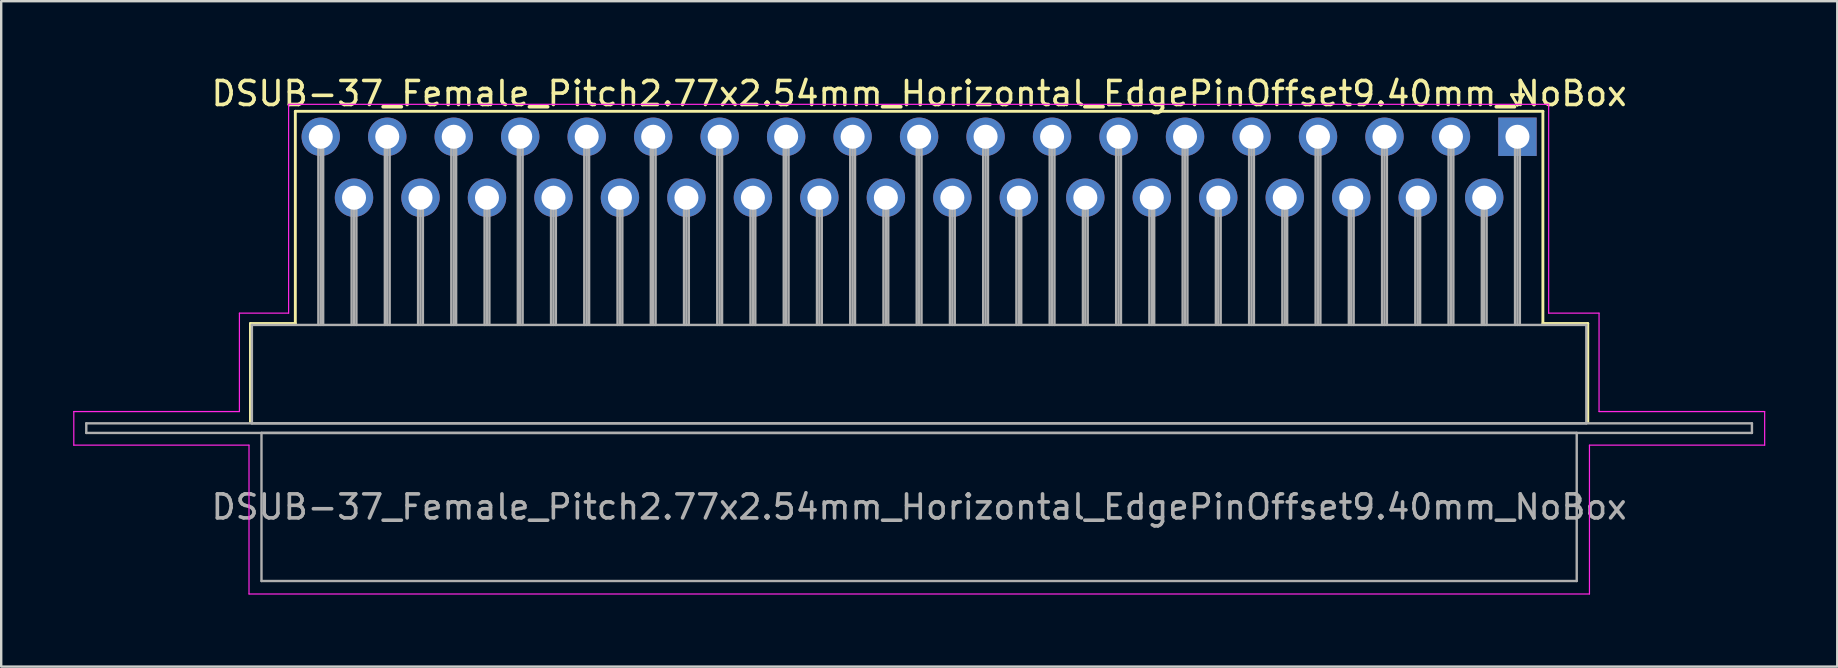
<source format=kicad_pcb>
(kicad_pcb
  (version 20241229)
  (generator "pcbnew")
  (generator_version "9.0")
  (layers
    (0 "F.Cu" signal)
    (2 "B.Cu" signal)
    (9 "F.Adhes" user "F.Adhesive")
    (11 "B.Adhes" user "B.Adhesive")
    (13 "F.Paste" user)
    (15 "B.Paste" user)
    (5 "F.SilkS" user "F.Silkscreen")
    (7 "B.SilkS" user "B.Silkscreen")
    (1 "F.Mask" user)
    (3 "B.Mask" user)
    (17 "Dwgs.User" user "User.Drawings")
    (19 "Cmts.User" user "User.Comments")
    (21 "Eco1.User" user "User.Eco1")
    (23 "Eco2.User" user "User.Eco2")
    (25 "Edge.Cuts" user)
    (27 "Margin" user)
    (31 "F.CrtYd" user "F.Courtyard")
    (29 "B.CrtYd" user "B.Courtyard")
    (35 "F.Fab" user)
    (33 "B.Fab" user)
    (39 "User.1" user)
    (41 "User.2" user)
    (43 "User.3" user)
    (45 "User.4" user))
  (footprint "DSUB-37_Female_Pitch2.77x2.54mm_Horizontal_EdgePinOffset9.40mm_NoBox"
    (layer "F.Cu")
    (at 60.175 2.648)
    (property "Reference" "DSUB-37_Female_Pitch2.77x2.54mm_Horizontal_EdgePinOffset9.40mm_NoBox" (at -24.93 -1.8 0) (layer "F.SilkS") (effects (font (size 1 1) (thickness 0.15))))
    (attr through_hole)
    (fp_line (start -52.79 7.78) (end -50.92 7.78) (stroke (width 0.12) (type solid)) (layer "F.SilkS"))
    (fp_line (start -52.79 11.88) (end -52.79 7.78) (stroke (width 0.12) (type solid)) (layer "F.SilkS"))
    (fp_line (start -50.92 -1.06) (end 1.06 -1.06) (stroke (width 0.12) (type solid)) (layer "F.SilkS"))
    (fp_line (start -50.92 7.78) (end -50.92 -1.06) (stroke (width 0.12) (type solid)) (layer "F.SilkS"))
    (fp_line (start -0.25 -1.754) (end 0.25 -1.754) (stroke (width 0.12) (type solid)) (layer "F.SilkS"))
    (fp_line (start 0 -1.321) (end -0.25 -1.754) (stroke (width 0.12) (type solid)) (layer "F.SilkS"))
    (fp_line (start 0.25 -1.754) (end 0 -1.321) (stroke (width 0.12) (type solid)) (layer "F.SilkS"))
    (fp_line (start 1.06 -1.06) (end 1.06 7.78) (stroke (width 0.12) (type solid)) (layer "F.SilkS"))
    (fp_line (start 1.06 7.78) (end 2.93 7.78) (stroke (width 0.12) (type solid)) (layer "F.SilkS"))
    (fp_line (start 2.93 7.78) (end 2.93 11.88) (stroke (width 0.12) (type solid)) (layer "F.SilkS"))
    (fp_line (start -60.15 11.45) (end -53.25 11.45) (stroke (width 0.05) (type solid)) (layer "F.CrtYd"))
    (fp_line (start -60.15 12.85) (end -60.15 11.45) (stroke (width 0.05) (type solid)) (layer "F.CrtYd"))
    (fp_line (start -53.25 7.35) (end -51.2 7.35) (stroke (width 0.05) (type solid)) (layer "F.CrtYd"))
    (fp_line (start -53.25 11.45) (end -53.25 7.35) (stroke (width 0.05) (type solid)) (layer "F.CrtYd"))
    (fp_line (start -52.85 12.85) (end -60.15 12.85) (stroke (width 0.05) (type solid)) (layer "F.CrtYd"))
    (fp_line (start -52.85 19.05) (end -52.85 12.85) (stroke (width 0.05) (type solid)) (layer "F.CrtYd"))
    (fp_line (start -51.2 -1.35) (end 1.3 -1.35) (stroke (width 0.05) (type solid)) (layer "F.CrtYd"))
    (fp_line (start -51.2 7.35) (end -51.2 -1.35) (stroke (width 0.05) (type solid)) (layer "F.CrtYd"))
    (fp_line (start 1.3 -1.35) (end 1.3 7.35) (stroke (width 0.05) (type solid)) (layer "F.CrtYd"))
    (fp_line (start 1.3 7.35) (end 3.4 7.35) (stroke (width 0.05) (type solid)) (layer "F.CrtYd"))
    (fp_line (start 3 12.85) (end 3 19.05) (stroke (width 0.05) (type solid)) (layer "F.CrtYd"))
    (fp_line (start 3 19.05) (end -52.85 19.05) (stroke (width 0.05) (type solid)) (layer "F.CrtYd"))
    (fp_line (start 3.4 7.35) (end 3.4 11.45) (stroke (width 0.05) (type solid)) (layer "F.CrtYd"))
    (fp_line (start 3.4 11.45) (end 10.3 11.45) (stroke (width 0.05) (type solid)) (layer "F.CrtYd"))
    (fp_line (start 10.3 11.45) (end 10.3 12.85) (stroke (width 0.05) (type solid)) (layer "F.CrtYd"))
    (fp_line (start 10.3 12.85) (end 3 12.85) (stroke (width 0.05) (type solid)) (layer "F.CrtYd"))
    (fp_line (start -59.63 11.94) (end -59.63 12.34) (stroke (width 0.1) (type solid)) (layer "F.Fab"))
    (fp_line (start -59.63 12.34) (end 9.77 12.34) (stroke (width 0.1) (type solid)) (layer "F.Fab"))
    (fp_line (start -52.73 7.84) (end -52.73 11.94) (stroke (width 0.1) (type solid)) (layer "F.Fab"))
    (fp_line (start -52.73 11.94) (end 2.87 11.94) (stroke (width 0.1) (type solid)) (layer "F.Fab"))
    (fp_line (start -52.33 12.34) (end -52.33 18.51) (stroke (width 0.1) (type solid)) (layer "F.Fab"))
    (fp_line (start -52.33 18.51) (end 2.47 18.51) (stroke (width 0.1) (type solid)) (layer "F.Fab"))
    (fp_line (start -49.96 0) (end -49.96 7.84) (stroke (width 0.1) (type solid)) (layer "F.Fab"))
    (fp_line (start -49.86 0) (end -49.86 7.84) (stroke (width 0.1) (type solid)) (layer "F.Fab"))
    (fp_line (start -49.76 0) (end -49.76 7.84) (stroke (width 0.1) (type solid)) (layer "F.Fab"))
    (fp_line (start -48.575 2.54) (end -48.575 7.84) (stroke (width 0.1) (type solid)) (layer "F.Fab"))
    (fp_line (start -48.475 2.54) (end -48.475 7.84) (stroke (width 0.1) (type solid)) (layer "F.Fab"))
    (fp_line (start -48.375 2.54) (end -48.375 7.84) (stroke (width 0.1) (type solid)) (layer "F.Fab"))
    (fp_line (start -47.19 0) (end -47.19 7.84) (stroke (width 0.1) (type solid)) (layer "F.Fab"))
    (fp_line (start -47.09 0) (end -47.09 7.84) (stroke (width 0.1) (type solid)) (layer "F.Fab"))
    (fp_line (start -46.99 0) (end -46.99 7.84) (stroke (width 0.1) (type solid)) (layer "F.Fab"))
    (fp_line (start -45.805 2.54) (end -45.805 7.84) (stroke (width 0.1) (type solid)) (layer "F.Fab"))
    (fp_line (start -45.705 2.54) (end -45.705 7.84) (stroke (width 0.1) (type solid)) (layer "F.Fab"))
    (fp_line (start -45.605 2.54) (end -45.605 7.84) (stroke (width 0.1) (type solid)) (layer "F.Fab"))
    (fp_line (start -44.42 0) (end -44.42 7.84) (stroke (width 0.1) (type solid)) (layer "F.Fab"))
    (fp_line (start -44.32 0) (end -44.32 7.84) (stroke (width 0.1) (type solid)) (layer "F.Fab"))
    (fp_line (start -44.22 0) (end -44.22 7.84) (stroke (width 0.1) (type solid)) (layer "F.Fab"))
    (fp_line (start -43.035 2.54) (end -43.035 7.84) (stroke (width 0.1) (type solid)) (layer "F.Fab"))
    (fp_line (start -42.935 2.54) (end -42.935 7.84) (stroke (width 0.1) (type solid)) (layer "F.Fab"))
    (fp_line (start -42.835 2.54) (end -42.835 7.84) (stroke (width 0.1) (type solid)) (layer "F.Fab"))
    (fp_line (start -41.65 0) (end -41.65 7.84) (stroke (width 0.1) (type solid)) (layer "F.Fab"))
    (fp_line (start -41.55 0) (end -41.55 7.84) (stroke (width 0.1) (type solid)) (layer "F.Fab"))
    (fp_line (start -41.45 0) (end -41.45 7.84) (stroke (width 0.1) (type solid)) (layer "F.Fab"))
    (fp_line (start -40.265 2.54) (end -40.265 7.84) (stroke (width 0.1) (type solid)) (layer "F.Fab"))
    (fp_line (start -40.165 2.54) (end -40.165 7.84) (stroke (width 0.1) (type solid)) (layer "F.Fab"))
    (fp_line (start -40.065 2.54) (end -40.065 7.84) (stroke (width 0.1) (type solid)) (layer "F.Fab"))
    (fp_line (start -38.88 0) (end -38.88 7.84) (stroke (width 0.1) (type solid)) (layer "F.Fab"))
    (fp_line (start -38.78 0) (end -38.78 7.84) (stroke (width 0.1) (type solid)) (layer "F.Fab"))
    (fp_line (start -38.68 0) (end -38.68 7.84) (stroke (width 0.1) (type solid)) (layer "F.Fab"))
    (fp_line (start -37.495 2.54) (end -37.495 7.84) (stroke (width 0.1) (type solid)) (layer "F.Fab"))
    (fp_line (start -37.395 2.54) (end -37.395 7.84) (stroke (width 0.1) (type solid)) (layer "F.Fab"))
    (fp_line (start -37.295 2.54) (end -37.295 7.84) (stroke (width 0.1) (type solid)) (layer "F.Fab"))
    (fp_line (start -36.11 0) (end -36.11 7.84) (stroke (width 0.1) (type solid)) (layer "F.Fab"))
    (fp_line (start -36.01 0) (end -36.01 7.84) (stroke (width 0.1) (type solid)) (layer "F.Fab"))
    (fp_line (start -35.91 0) (end -35.91 7.84) (stroke (width 0.1) (type solid)) (layer "F.Fab"))
    (fp_line (start -34.725 2.54) (end -34.725 7.84) (stroke (width 0.1) (type solid)) (layer "F.Fab"))
    (fp_line (start -34.625 2.54) (end -34.625 7.84) (stroke (width 0.1) (type solid)) (layer "F.Fab"))
    (fp_line (start -34.525 2.54) (end -34.525 7.84) (stroke (width 0.1) (type solid)) (layer "F.Fab"))
    (fp_line (start -33.34 0) (end -33.34 7.84) (stroke (width 0.1) (type solid)) (layer "F.Fab"))
    (fp_line (start -33.24 0) (end -33.24 7.84) (stroke (width 0.1) (type solid)) (layer "F.Fab"))
    (fp_line (start -33.14 0) (end -33.14 7.84) (stroke (width 0.1) (type solid)) (layer "F.Fab"))
    (fp_line (start -31.955 2.54) (end -31.955 7.84) (stroke (width 0.1) (type solid)) (layer "F.Fab"))
    (fp_line (start -31.855 2.54) (end -31.855 7.84) (stroke (width 0.1) (type solid)) (layer "F.Fab"))
    (fp_line (start -31.755 2.54) (end -31.755 7.84) (stroke (width 0.1) (type solid)) (layer "F.Fab"))
    (fp_line (start -30.57 0) (end -30.57 7.84) (stroke (width 0.1) (type solid)) (layer "F.Fab"))
    (fp_line (start -30.47 0) (end -30.47 7.84) (stroke (width 0.1) (type solid)) (layer "F.Fab"))
    (fp_line (start -30.37 0) (end -30.37 7.84) (stroke (width 0.1) (type solid)) (layer "F.Fab"))
    (fp_line (start -29.185 2.54) (end -29.185 7.84) (stroke (width 0.1) (type solid)) (layer "F.Fab"))
    (fp_line (start -29.085 2.54) (end -29.085 7.84) (stroke (width 0.1) (type solid)) (layer "F.Fab"))
    (fp_line (start -28.985 2.54) (end -28.985 7.84) (stroke (width 0.1) (type solid)) (layer "F.Fab"))
    (fp_line (start -27.8 0) (end -27.8 7.84) (stroke (width 0.1) (type solid)) (layer "F.Fab"))
    (fp_line (start -27.7 0) (end -27.7 7.84) (stroke (width 0.1) (type solid)) (layer "F.Fab"))
    (fp_line (start -27.6 0) (end -27.6 7.84) (stroke (width 0.1) (type solid)) (layer "F.Fab"))
    (fp_line (start -26.415 2.54) (end -26.415 7.84) (stroke (width 0.1) (type solid)) (layer "F.Fab"))
    (fp_line (start -26.315 2.54) (end -26.315 7.84) (stroke (width 0.1) (type solid)) (layer "F.Fab"))
    (fp_line (start -26.215 2.54) (end -26.215 7.84) (stroke (width 0.1) (type solid)) (layer "F.Fab"))
    (fp_line (start -25.03 0) (end -25.03 7.84) (stroke (width 0.1) (type solid)) (layer "F.Fab"))
    (fp_line (start -24.93 0) (end -24.93 7.84) (stroke (width 0.1) (type solid)) (layer "F.Fab"))
    (fp_line (start -24.83 0) (end -24.83 7.84) (stroke (width 0.1) (type solid)) (layer "F.Fab"))
    (fp_line (start -23.645 2.54) (end -23.645 7.84) (stroke (width 0.1) (type solid)) (layer "F.Fab"))
    (fp_line (start -23.545 2.54) (end -23.545 7.84) (stroke (width 0.1) (type solid)) (layer "F.Fab"))
    (fp_line (start -23.445 2.54) (end -23.445 7.84) (stroke (width 0.1) (type solid)) (layer "F.Fab"))
    (fp_line (start -22.26 0) (end -22.26 7.84) (stroke (width 0.1) (type solid)) (layer "F.Fab"))
    (fp_line (start -22.16 0) (end -22.16 7.84) (stroke (width 0.1) (type solid)) (layer "F.Fab"))
    (fp_line (start -22.06 0) (end -22.06 7.84) (stroke (width 0.1) (type solid)) (layer "F.Fab"))
    (fp_line (start -20.875 2.54) (end -20.875 7.84) (stroke (width 0.1) (type solid)) (layer "F.Fab"))
    (fp_line (start -20.775 2.54) (end -20.775 7.84) (stroke (width 0.1) (type solid)) (layer "F.Fab"))
    (fp_line (start -20.675 2.54) (end -20.675 7.84) (stroke (width 0.1) (type solid)) (layer "F.Fab"))
    (fp_line (start -19.49 0) (end -19.49 7.84) (stroke (width 0.1) (type solid)) (layer "F.Fab"))
    (fp_line (start -19.39 0) (end -19.39 7.84) (stroke (width 0.1) (type solid)) (layer "F.Fab"))
    (fp_line (start -19.29 0) (end -19.29 7.84) (stroke (width 0.1) (type solid)) (layer "F.Fab"))
    (fp_line (start -18.105 2.54) (end -18.105 7.84) (stroke (width 0.1) (type solid)) (layer "F.Fab"))
    (fp_line (start -18.005 2.54) (end -18.005 7.84) (stroke (width 0.1) (type solid)) (layer "F.Fab"))
    (fp_line (start -17.905 2.54) (end -17.905 7.84) (stroke (width 0.1) (type solid)) (layer "F.Fab"))
    (fp_line (start -16.72 0) (end -16.72 7.84) (stroke (width 0.1) (type solid)) (layer "F.Fab"))
    (fp_line (start -16.62 0) (end -16.62 7.84) (stroke (width 0.1) (type solid)) (layer "F.Fab"))
    (fp_line (start -16.52 0) (end -16.52 7.84) (stroke (width 0.1) (type solid)) (layer "F.Fab"))
    (fp_line (start -15.335 2.54) (end -15.335 7.84) (stroke (width 0.1) (type solid)) (layer "F.Fab"))
    (fp_line (start -15.235 2.54) (end -15.235 7.84) (stroke (width 0.1) (type solid)) (layer "F.Fab"))
    (fp_line (start -15.135 2.54) (end -15.135 7.84) (stroke (width 0.1) (type solid)) (layer "F.Fab"))
    (fp_line (start -13.95 0) (end -13.95 7.84) (stroke (width 0.1) (type solid)) (layer "F.Fab"))
    (fp_line (start -13.85 0) (end -13.85 7.84) (stroke (width 0.1) (type solid)) (layer "F.Fab"))
    (fp_line (start -13.75 0) (end -13.75 7.84) (stroke (width 0.1) (type solid)) (layer "F.Fab"))
    (fp_line (start -12.565 2.54) (end -12.565 7.84) (stroke (width 0.1) (type solid)) (layer "F.Fab"))
    (fp_line (start -12.465 2.54) (end -12.465 7.84) (stroke (width 0.1) (type solid)) (layer "F.Fab"))
    (fp_line (start -12.365 2.54) (end -12.365 7.84) (stroke (width 0.1) (type solid)) (layer "F.Fab"))
    (fp_line (start -11.18 0) (end -11.18 7.84) (stroke (width 0.1) (type solid)) (layer "F.Fab"))
    (fp_line (start -11.08 0) (end -11.08 7.84) (stroke (width 0.1) (type solid)) (layer "F.Fab"))
    (fp_line (start -10.98 0) (end -10.98 7.84) (stroke (width 0.1) (type solid)) (layer "F.Fab"))
    (fp_line (start -9.795 2.54) (end -9.795 7.84) (stroke (width 0.1) (type solid)) (layer "F.Fab"))
    (fp_line (start -9.695 2.54) (end -9.695 7.84) (stroke (width 0.1) (type solid)) (layer "F.Fab"))
    (fp_line (start -9.595 2.54) (end -9.595 7.84) (stroke (width 0.1) (type solid)) (layer "F.Fab"))
    (fp_line (start -8.41 0) (end -8.41 7.84) (stroke (width 0.1) (type solid)) (layer "F.Fab"))
    (fp_line (start -8.31 0) (end -8.31 7.84) (stroke (width 0.1) (type solid)) (layer "F.Fab"))
    (fp_line (start -8.21 0) (end -8.21 7.84) (stroke (width 0.1) (type solid)) (layer "F.Fab"))
    (fp_line (start -7.025 2.54) (end -7.025 7.84) (stroke (width 0.1) (type solid)) (layer "F.Fab"))
    (fp_line (start -6.925 2.54) (end -6.925 7.84) (stroke (width 0.1) (type solid)) (layer "F.Fab"))
    (fp_line (start -6.825 2.54) (end -6.825 7.84) (stroke (width 0.1) (type solid)) (layer "F.Fab"))
    (fp_line (start -5.64 0) (end -5.64 7.84) (stroke (width 0.1) (type solid)) (layer "F.Fab"))
    (fp_line (start -5.54 0) (end -5.54 7.84) (stroke (width 0.1) (type solid)) (layer "F.Fab"))
    (fp_line (start -5.44 0) (end -5.44 7.84) (stroke (width 0.1) (type solid)) (layer "F.Fab"))
    (fp_line (start -4.255 2.54) (end -4.255 7.84) (stroke (width 0.1) (type solid)) (layer "F.Fab"))
    (fp_line (start -4.155 2.54) (end -4.155 7.84) (stroke (width 0.1) (type solid)) (layer "F.Fab"))
    (fp_line (start -4.055 2.54) (end -4.055 7.84) (stroke (width 0.1) (type solid)) (layer "F.Fab"))
    (fp_line (start -2.87 0) (end -2.87 7.84) (stroke (width 0.1) (type solid)) (layer "F.Fab"))
    (fp_line (start -2.77 0) (end -2.77 7.84) (stroke (width 0.1) (type solid)) (layer "F.Fab"))
    (fp_line (start -2.67 0) (end -2.67 7.84) (stroke (width 0.1) (type solid)) (layer "F.Fab"))
    (fp_line (start -1.485 2.54) (end -1.485 7.84) (stroke (width 0.1) (type solid)) (layer "F.Fab"))
    (fp_line (start -1.385 2.54) (end -1.385 7.84) (stroke (width 0.1) (type solid)) (layer "F.Fab"))
    (fp_line (start -1.285 2.54) (end -1.285 7.84) (stroke (width 0.1) (type solid)) (layer "F.Fab"))
    (fp_line (start -0.1 0) (end -0.1 7.84) (stroke (width 0.1) (type solid)) (layer "F.Fab"))
    (fp_line (start 0 0) (end 0 7.84) (stroke (width 0.1) (type solid)) (layer "F.Fab"))
    (fp_line (start 0.1 0) (end 0.1 7.84) (stroke (width 0.1) (type solid)) (layer "F.Fab"))
    (fp_line (start 2.47 12.34) (end -52.33 12.34) (stroke (width 0.1) (type solid)) (layer "F.Fab"))
    (fp_line (start 2.47 18.51) (end 2.47 12.34) (stroke (width 0.1) (type solid)) (layer "F.Fab"))
    (fp_line (start 2.87 7.84) (end -52.73 7.84) (stroke (width 0.1) (type solid)) (layer "F.Fab"))
    (fp_line (start 2.87 11.94) (end 2.87 7.84) (stroke (width 0.1) (type solid)) (layer "F.Fab"))
    (fp_line (start 9.77 11.94) (end -59.63 11.94) (stroke (width 0.1) (type solid)) (layer "F.Fab"))
    (fp_line (start 9.77 12.34) (end 9.77 11.94) (stroke (width 0.1) (type solid)) (layer "F.Fab"))
    (fp_text user "${REFERENCE}" (at -24.93 15.425 0) (layer "F.Fab") (effects (font (size 1 1) (thickness 0.15))))
    (pad "1" thru_hole rect (at 0 0) (size 1.6 1.6) (drill 1) (layers "*.Cu" "*.Mask"))
    (pad "2" thru_hole circle (at -2.77 0) (size 1.6 1.6) (drill 1) (layers "*.Cu" "*.Mask"))
    (pad "3" thru_hole circle (at -5.54 0) (size 1.6 1.6) (drill 1) (layers "*.Cu" "*.Mask"))
    (pad "4" thru_hole circle (at -8.31 0) (size 1.6 1.6) (drill 1) (layers "*.Cu" "*.Mask"))
    (pad "5" thru_hole circle (at -11.08 0) (size 1.6 1.6) (drill 1) (layers "*.Cu" "*.Mask"))
    (pad "6" thru_hole circle (at -13.85 0) (size 1.6 1.6) (drill 1) (layers "*.Cu" "*.Mask"))
    (pad "7" thru_hole circle (at -16.62 0) (size 1.6 1.6) (drill 1) (layers "*.Cu" "*.Mask"))
    (pad "8" thru_hole circle (at -19.39 0) (size 1.6 1.6) (drill 1) (layers "*.Cu" "*.Mask"))
    (pad "9" thru_hole circle (at -22.16 0) (size 1.6 1.6) (drill 1) (layers "*.Cu" "*.Mask"))
    (pad "10" thru_hole circle (at -24.93 0) (size 1.6 1.6) (drill 1) (layers "*.Cu" "*.Mask"))
    (pad "11" thru_hole circle (at -27.7 0) (size 1.6 1.6) (drill 1) (layers "*.Cu" "*.Mask"))
    (pad "12" thru_hole circle (at -30.47 0) (size 1.6 1.6) (drill 1) (layers "*.Cu" "*.Mask"))
    (pad "13" thru_hole circle (at -33.24 0) (size 1.6 1.6) (drill 1) (layers "*.Cu" "*.Mask"))
    (pad "14" thru_hole circle (at -36.01 0) (size 1.6 1.6) (drill 1) (layers "*.Cu" "*.Mask"))
    (pad "15" thru_hole circle (at -38.78 0) (size 1.6 1.6) (drill 1) (layers "*.Cu" "*.Mask"))
    (pad "16" thru_hole circle (at -41.55 0) (size 1.6 1.6) (drill 1) (layers "*.Cu" "*.Mask"))
    (pad "17" thru_hole circle (at -44.32 0) (size 1.6 1.6) (drill 1) (layers "*.Cu" "*.Mask"))
    (pad "18" thru_hole circle (at -47.09 0) (size 1.6 1.6) (drill 1) (layers "*.Cu" "*.Mask"))
    (pad "19" thru_hole circle (at -49.86 0) (size 1.6 1.6) (drill 1) (layers "*.Cu" "*.Mask"))
    (pad "20" thru_hole circle (at -1.385 2.54) (size 1.6 1.6) (drill 1) (layers "*.Cu" "*.Mask"))
    (pad "21" thru_hole circle (at -4.155 2.54) (size 1.6 1.6) (drill 1) (layers "*.Cu" "*.Mask"))
    (pad "22" thru_hole circle (at -6.925 2.54) (size 1.6 1.6) (drill 1) (layers "*.Cu" "*.Mask"))
    (pad "23" thru_hole circle (at -9.695 2.54) (size 1.6 1.6) (drill 1) (layers "*.Cu" "*.Mask"))
    (pad "24" thru_hole circle (at -12.465 2.54) (size 1.6 1.6) (drill 1) (layers "*.Cu" "*.Mask"))
    (pad "25" thru_hole circle (at -15.235 2.54) (size 1.6 1.6) (drill 1) (layers "*.Cu" "*.Mask"))
    (pad "26" thru_hole circle (at -18.005 2.54) (size 1.6 1.6) (drill 1) (layers "*.Cu" "*.Mask"))
    (pad "27" thru_hole circle (at -20.775 2.54) (size 1.6 1.6) (drill 1) (layers "*.Cu" "*.Mask"))
    (pad "28" thru_hole circle (at -23.545 2.54) (size 1.6 1.6) (drill 1) (layers "*.Cu" "*.Mask"))
    (pad "29" thru_hole circle (at -26.315 2.54) (size 1.6 1.6) (drill 1) (layers "*.Cu" "*.Mask"))
    (pad "30" thru_hole circle (at -29.085 2.54) (size 1.6 1.6) (drill 1) (layers "*.Cu" "*.Mask"))
    (pad "31" thru_hole circle (at -31.855 2.54) (size 1.6 1.6) (drill 1) (layers "*.Cu" "*.Mask"))
    (pad "32" thru_hole circle (at -34.625 2.54) (size 1.6 1.6) (drill 1) (layers "*.Cu" "*.Mask"))
    (pad "33" thru_hole circle (at -37.395 2.54) (size 1.6 1.6) (drill 1) (layers "*.Cu" "*.Mask"))
    (pad "34" thru_hole circle (at -40.165 2.54) (size 1.6 1.6) (drill 1) (layers "*.Cu" "*.Mask"))
    (pad "35" thru_hole circle (at -42.935 2.54) (size 1.6 1.6) (drill 1) (layers "*.Cu" "*.Mask"))
    (pad "36" thru_hole circle (at -45.705 2.54) (size 1.6 1.6) (drill 1) (layers "*.Cu" "*.Mask"))
    (pad "37" thru_hole circle (at -48.475 2.54) (size 1.6 1.6) (drill 1) (layers "*.Cu" "*.Mask")))
  (gr_rect
    (start -3 -3)
    (end 73.5 24.723)
    (stroke (width 0.1) (type default))
    (fill no)
    (layer "Edge.Cuts")))
</source>
